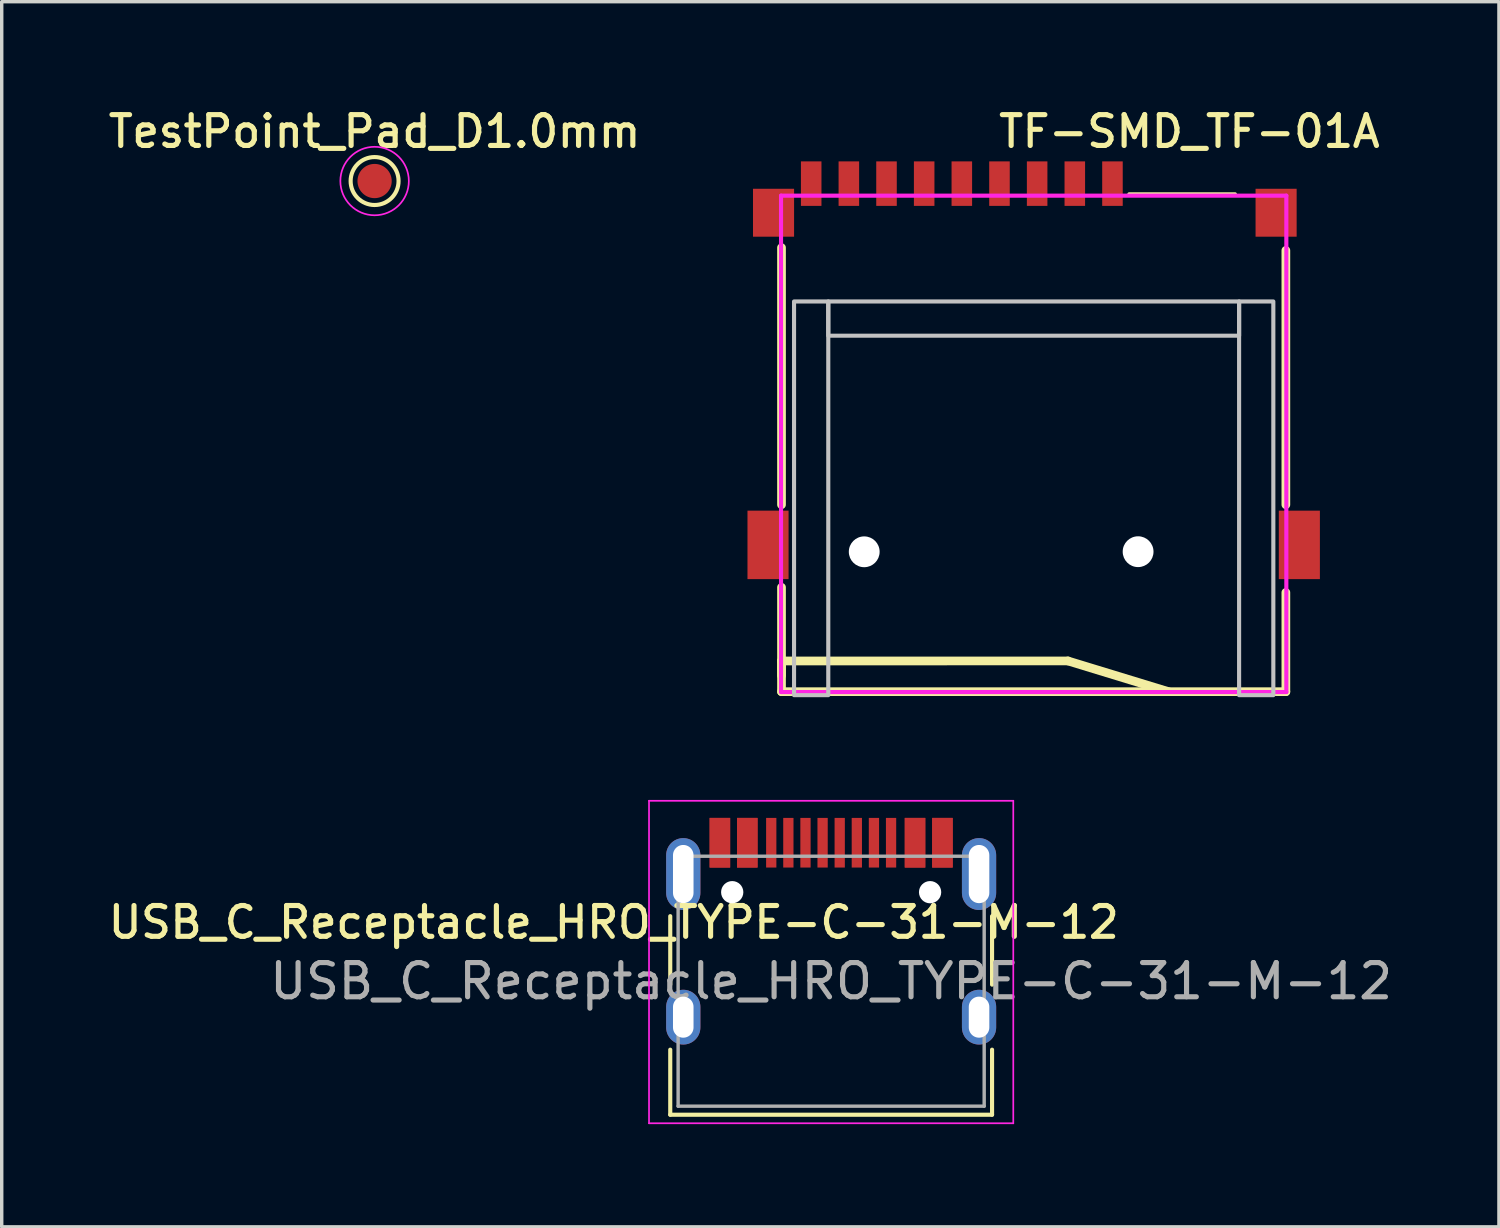
<source format=kicad_pcb>
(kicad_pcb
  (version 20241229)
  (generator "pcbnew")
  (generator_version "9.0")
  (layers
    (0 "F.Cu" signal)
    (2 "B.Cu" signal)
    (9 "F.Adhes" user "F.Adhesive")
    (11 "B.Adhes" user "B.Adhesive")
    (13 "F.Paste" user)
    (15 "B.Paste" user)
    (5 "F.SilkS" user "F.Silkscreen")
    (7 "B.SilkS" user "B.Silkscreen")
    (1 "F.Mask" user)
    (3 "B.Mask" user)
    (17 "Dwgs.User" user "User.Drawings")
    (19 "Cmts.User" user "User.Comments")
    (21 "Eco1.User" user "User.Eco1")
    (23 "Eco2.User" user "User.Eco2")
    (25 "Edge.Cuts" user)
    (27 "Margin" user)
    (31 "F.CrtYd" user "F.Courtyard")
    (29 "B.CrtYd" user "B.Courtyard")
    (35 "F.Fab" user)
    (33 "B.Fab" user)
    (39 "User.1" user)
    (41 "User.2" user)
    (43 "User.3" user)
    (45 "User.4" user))
  (footprint "USB_C_Receptacle_HRO_TYPE-C-31-M-12"
    (layer "F.Cu")
    (at 21.228 25.611)
    (property "Reference" "USB_C_Receptacle_HRO_TYPE-C-31-M-12" (at -6.35 -1.72 180) (layer "F.SilkS") (effects (font (size 0.9 0.9) (thickness 0.15))))
    (attr smd)
    (fp_line (start -4.7 -1.9) (end -4.7 0.1) (stroke (width 0.12) (type solid)) (layer "F.SilkS"))
    (fp_line (start -4.7 2) (end -4.7 3.9) (stroke (width 0.12) (type solid)) (layer "F.SilkS"))
    (fp_line (start -4.7 3.9) (end 4.7 3.9) (stroke (width 0.12) (type solid)) (layer "F.SilkS"))
    (fp_line (start 4.7 -1.9) (end 4.7 0.1) (stroke (width 0.12) (type solid)) (layer "F.SilkS"))
    (fp_line (start 4.7 2) (end 4.7 3.9) (stroke (width 0.12) (type solid)) (layer "F.SilkS"))
    (fp_line (start -5.32 -5.27) (end -5.32 4.15) (stroke (width 0.05) (type solid)) (layer "F.CrtYd"))
    (fp_line (start -5.32 -5.27) (end 5.32 -5.27) (stroke (width 0.05) (type solid)) (layer "F.CrtYd"))
    (fp_line (start -5.32 4.15) (end 5.32 4.15) (stroke (width 0.05) (type solid)) (layer "F.CrtYd"))
    (fp_line (start 5.32 -5.27) (end 5.32 4.15) (stroke (width 0.05) (type solid)) (layer "F.CrtYd"))
    (fp_line (start -4.47 -3.65) (end -4.47 3.65) (stroke (width 0.1) (type solid)) (layer "F.Fab"))
    (fp_line (start -4.47 -3.65) (end 4.47 -3.65) (stroke (width 0.1) (type solid)) (layer "F.Fab"))
    (fp_line (start -4.47 3.65) (end 4.47 3.65) (stroke (width 0.1) (type solid)) (layer "F.Fab"))
    (fp_line (start 4.47 -3.65) (end 4.47 3.65) (stroke (width 0.1) (type solid)) (layer "F.Fab"))
    (fp_text user "${REFERENCE}" (at 0 0 180) (layer "F.Fab") (effects (font (size 1 1) (thickness 0.15))))
    (pad "" np_thru_hole circle (at -2.89 -2.6) (size 0.65 0.65) (drill 0.65) (layers "*.Cu" "*.Mask"))
    (pad "" np_thru_hole circle (at 2.89 -2.6) (size 0.65 0.65) (drill 0.65) (layers "*.Cu" "*.Mask"))
    (pad "A1" smd rect (at -3.25 -4.045) (size 0.6 1.45) (layers "F.Cu" "F.Mask" "F.Paste"))
    (pad "A4" smd rect (at -2.45 -4.045) (size 0.6 1.45) (layers "F.Cu" "F.Mask" "F.Paste"))
    (pad "A5" smd rect (at -1.25 -4.045) (size 0.3 1.45) (layers "F.Cu" "F.Mask" "F.Paste"))
    (pad "A6" smd rect (at -0.25 -4.045) (size 0.3 1.45) (layers "F.Cu" "F.Mask" "F.Paste"))
    (pad "A7" smd rect (at 0.25 -4.045) (size 0.3 1.45) (layers "F.Cu" "F.Mask" "F.Paste"))
    (pad "A8" smd rect (at 1.25 -4.045) (size 0.3 1.45) (layers "F.Cu" "F.Mask" "F.Paste"))
    (pad "A9" smd rect (at 2.45 -4.045) (size 0.6 1.45) (layers "F.Cu" "F.Mask" "F.Paste"))
    (pad "A12" smd rect (at 3.25 -4.045) (size 0.6 1.45) (layers "F.Cu" "F.Mask" "F.Paste"))
    (pad "B1" smd rect (at 3.25 -4.045) (size 0.6 1.45) (layers "F.Cu" "F.Mask" "F.Paste"))
    (pad "B4" smd rect (at 2.45 -4.045) (size 0.6 1.45) (layers "F.Cu" "F.Mask" "F.Paste"))
    (pad "B5" smd rect (at 1.75 -4.045) (size 0.3 1.45) (layers "F.Cu" "F.Mask" "F.Paste"))
    (pad "B6" smd rect (at 0.75 -4.045) (size 0.3 1.45) (layers "F.Cu" "F.Mask" "F.Paste"))
    (pad "B7" smd rect (at -0.75 -4.045) (size 0.3 1.45) (layers "F.Cu" "F.Mask" "F.Paste"))
    (pad "B8" smd rect (at -1.75 -4.045) (size 0.3 1.45) (layers "F.Cu" "F.Mask" "F.Paste"))
    (pad "B9" smd rect (at -2.45 -4.045) (size 0.6 1.45) (layers "F.Cu" "F.Mask" "F.Paste"))
    (pad "B12" smd rect (at -3.25 -4.045) (size 0.6 1.45) (layers "F.Cu" "F.Mask" "F.Paste"))
    (pad "S1" thru_hole oval (at -4.32 -3.13) (size 1 2.1) (drill oval 0.6 1.7) (layers "*.Cu" "*.Mask"))
    (pad "S1" thru_hole oval (at -4.32 1.05) (size 1 1.6) (drill oval 0.6 1.2) (layers "*.Cu" "*.Mask"))
    (pad "S1" thru_hole oval (at 4.32 -3.13) (size 1 2.1) (drill oval 0.6 1.7) (layers "*.Cu" "*.Mask"))
    (pad "S1" thru_hole oval (at 4.32 1.05) (size 1 1.6) (drill oval 0.6 1.2) (layers "*.Cu" "*.Mask")))
  (footprint "TestPoint_Pad_D1.0mm"
    (layer "F.Cu")
    (at 7.892 2.238)
    (property "Reference" "TestPoint_Pad_D1.0mm" (at 0 -1.448 0) (layer "F.SilkS") (effects (font (size 0.9 0.9) (thickness 0.15))))
    (attr exclude_from_pos_files)
    (fp_circle (center 0 0) (end 0 0.7) (stroke (width 0.12) (type solid)) (fill no) (layer "F.SilkS"))
    (fp_circle (center 0 0) (end 1 0) (stroke (width 0.05) (type solid)) (fill no) (layer "F.CrtYd"))
    (pad "1" smd circle (at 0 0) (size 1 1) (layers "F.Cu" "F.Mask")))
  (footprint "TF-SMD_TF-01A"
    (layer "F.Cu")
    (at 27.144 7.59)
    (property "Reference" "TF-SMD_TF-01A" (at -1.1 -6.8 0) (layer "F.SilkS") (effects (font (size 0.9 0.9) (thickness 0.15)) (justify left)))
    (attr through_hole)
    (fp_line (start -7.366 -3.406) (end -7.366 4.103) (stroke (width 0.254) (type solid)) (layer "F.SilkS"))
    (fp_line (start -7.366 6.516) (end -7.366 9.564) (stroke (width 0.254) (type solid)) (layer "F.SilkS"))
    (fp_line (start -7.366 8.667) (end 1 8.666) (stroke (width 0.254) (type solid)) (layer "F.SilkS"))
    (fp_line (start -7.366 9.091) (end -7.366 8.667) (stroke (width 0.254) (type solid)) (layer "F.SilkS"))
    (fp_line (start -7.366 9.564) (end 7.366 9.564) (stroke (width 0.254) (type solid)) (layer "F.SilkS"))
    (fp_line (start 1 8.666) (end 3.937 9.563) (stroke (width 0.254) (type solid)) (layer "F.SilkS"))
    (fp_line (start 2.786 -4.972) (end 5.885 -4.973) (stroke (width 0.102) (type solid)) (layer "F.SilkS"))
    (fp_line (start 7.366 4.103) (end 7.366 -3.326) (stroke (width 0.254) (type solid)) (layer "F.SilkS"))
    (fp_line (start 7.366 9.564) (end 7.366 6.666) (stroke (width 0.254) (type solid)) (layer "F.SilkS"))
    (fp_circle (center -4.95 5.478) (end -4.75 5.478) (stroke (width 0.4) (type solid)) (fill no) (layer "Dwgs.User"))
    (fp_circle (center 3.05 5.475) (end 3.25 5.475) (stroke (width 0.4) (type solid)) (fill no) (layer "Dwgs.User"))
    (fp_poly (pts (xy -6 -1.834) (xy 6 -1.834) (xy 6 -0.834) (xy -6 -0.834)) (stroke (width 0.12) (type solid)) (fill no) (layer "Dwgs.User"))
    (fp_poly (pts (xy 7 9.666) (xy 7 -1.834) (xy 6 -1.834) (xy 6 9.666)) (stroke (width 0.12) (type solid)) (fill no) (layer "Dwgs.User"))
    (fp_poly (pts (xy -7 9.666) (xy -7 -1.834) (xy -6 -1.834) (xy -6 9.666) (xy -7 9.666)) (stroke (width 0.12) (type solid)) (fill no) (layer "Dwgs.User"))
    (fp_line (start -3.386 -4.984) (end -3.016 -4.984) (stroke (width 0.12) (type solid)) (layer "Eco2.User"))
    (fp_line (start -3.386 -4.914) (end -3.386 -4.984) (stroke (width 0.12) (type solid)) (layer "Eco2.User"))
    (fp_line (start -3.016 -4.984) (end -3.016 -4.914) (stroke (width 0.12) (type solid)) (layer "Eco2.User"))
    (fp_line (start -3.016 -4.914) (end -3.386 -4.914) (stroke (width 0.12) (type solid)) (layer "Eco2.User"))
    (fp_line (start -2.288 -4.984) (end -1.918 -4.984) (stroke (width 0.12) (type solid)) (layer "Eco2.User"))
    (fp_line (start -2.288 -4.914) (end -2.288 -4.984) (stroke (width 0.12) (type solid)) (layer "Eco2.User"))
    (fp_line (start -1.918 -4.984) (end -1.918 -4.914) (stroke (width 0.12) (type solid)) (layer "Eco2.User"))
    (fp_line (start -1.918 -4.914) (end -2.288 -4.914) (stroke (width 0.12) (type solid)) (layer "Eco2.User"))
    (fp_circle (center 8.05 -5.474) (end 8.08 -5.474) (stroke (width 0.06) (type solid)) (fill no) (layer "Eco2.User"))
    (fp_poly (pts (xy -8.05 4.476) (xy -7.35 4.476) (xy -7.35 6.076) (xy -8.05 6.076)) (stroke (width 0.12) (type solid)) (fill no) (layer "Eco2.User"))
    (fp_poly (pts (xy -7.95 -3.926) (xy -7.95 -4.926) (xy -7.25 -4.926) (xy -7.25 -3.926)) (stroke (width 0.12) (type solid)) (fill no) (layer "Eco2.User"))
    (fp_poly (pts (xy -6.684 -4.924) (xy -6.684 -5.474) (xy -6.314 -5.474) (xy -6.314 -4.924)) (stroke (width 0.12) (type solid)) (fill no) (layer "Eco2.User"))
    (fp_poly (pts (xy -5.58 -4.924) (xy -5.58 -5.474) (xy -5.21 -5.474) (xy -5.21 -4.924)) (stroke (width 0.12) (type solid)) (fill no) (layer "Eco2.User"))
    (fp_poly (pts (xy -4.482 -4.924) (xy -4.482 -5.474) (xy -4.112 -5.474) (xy -4.112 -4.924)) (stroke (width 0.12) (type solid)) (fill no) (layer "Eco2.User"))
    (fp_poly (pts (xy -3.386 -4.924) (xy -3.386 -5.474) (xy -3.016 -5.474) (xy -3.016 -4.924)) (stroke (width 0.12) (type solid)) (fill no) (layer "Eco2.User"))
    (fp_poly (pts (xy -2.288 -4.924) (xy -2.288 -5.474) (xy -1.918 -5.474) (xy -1.918 -4.924)) (stroke (width 0.12) (type solid)) (fill no) (layer "Eco2.User"))
    (fp_poly (pts (xy -1.189 -4.924) (xy -1.189 -5.474) (xy -0.819 -5.474) (xy -0.819 -4.924)) (stroke (width 0.12) (type solid)) (fill no) (layer "Eco2.User"))
    (fp_poly (pts (xy -0.089 -4.924) (xy -0.089 -5.474) (xy 0.28 -5.474) (xy 0.28 -4.924)) (stroke (width 0.12) (type solid)) (fill no) (layer "Eco2.User"))
    (fp_poly (pts (xy 1.007 -4.924) (xy 1.007 -5.474) (xy 1.377 -5.474) (xy 1.377 -4.924)) (stroke (width 0.12) (type solid)) (fill no) (layer "Eco2.User"))
    (fp_poly (pts (xy 2.107 -4.924) (xy 2.107 -5.474) (xy 2.477 -5.474) (xy 2.477 -4.924)) (stroke (width 0.12) (type solid)) (fill no) (layer "Eco2.User"))
    (fp_poly (pts (xy 6.66 -4.926) (xy 7.31 -4.926) (xy 7.31 -3.926) (xy 6.66 -3.926)) (stroke (width 0.12) (type solid)) (fill no) (layer "Eco2.User"))
    (fp_poly (pts (xy 7.35 6.076) (xy 7.35 4.476) (xy 8.05 4.476) (xy 8.05 6.076)) (stroke (width 0.12) (type solid)) (fill no) (layer "Eco2.User"))
    (fp_line (start -7.38 -4.925) (end 7.38 -4.925) (stroke (width 0.12) (type solid)) (layer "F.CrtYd"))
    (fp_line (start -7.38 9.575) (end -7.38 -4.925) (stroke (width 0.12) (type solid)) (layer "F.CrtYd"))
    (fp_line (start 7.38 -4.925) (end 7.38 9.575) (stroke (width 0.12) (type solid)) (layer "F.CrtYd"))
    (fp_line (start 7.38 9.575) (end -7.38 9.575) (stroke (width 0.12) (type solid)) (layer "F.CrtYd"))
    (pad "" np_thru_hole circle (at -4.95 5.478) (size 0.9 0.9) (drill 0.9) (layers "*.Cu" "*.Mask"))
    (pad "" np_thru_hole circle (at 3.05 5.475) (size 0.9 0.9) (drill 0.9) (layers "*.Cu" "*.Mask"))
    (pad "1" smd rect (at 2.301 -5.276) (size 0.6 1.3) (layers "F.Cu" "F.Mask" "F.Paste"))
    (pad "2" smd rect (at 1.201 -5.276) (size 0.6 1.3) (layers "F.Cu" "F.Mask" "F.Paste"))
    (pad "3" smd rect (at 0.101 -5.276) (size 0.6 1.3) (layers "F.Cu" "F.Mask" "F.Paste"))
    (pad "4" smd rect (at -0.999 -5.276) (size 0.6 1.3) (layers "F.Cu" "F.Mask" "F.Paste"))
    (pad "5" smd rect (at -2.099 -5.276) (size 0.6 1.3) (layers "F.Cu" "F.Mask" "F.Paste"))
    (pad "6" smd rect (at -3.199 -5.276) (size 0.6 1.3) (layers "F.Cu" "F.Mask" "F.Paste"))
    (pad "7" smd rect (at -4.299 -5.276) (size 0.6 1.3) (layers "F.Cu" "F.Mask" "F.Paste"))
    (pad "8" smd rect (at -5.399 -5.276) (size 0.6 1.3) (layers "F.Cu" "F.Mask" "F.Paste"))
    (pad "9" smd rect (at -6.499 -5.276) (size 0.6 1.3) (layers "F.Cu" "F.Mask" "F.Paste"))
    (pad "10" smd rect (at -7.599 -4.426) (size 1.2 1.4) (layers "F.Cu" "F.Mask" "F.Paste"))
    (pad "11" smd rect (at -7.76 5.276) (size 1.2 2) (layers "F.Cu" "F.Mask" "F.Paste"))
    (pad "12" smd rect (at 7.76 5.276) (size 1.2 2) (layers "F.Cu" "F.Mask" "F.Paste"))
    (pad "13" smd rect (at 7.081 -4.426) (size 1.2 1.4) (layers "F.Cu" "F.Mask" "F.Paste")))
  (gr_rect
    (start -3 -3)
    (end 40.734 32.786)
    (stroke (width 0.1) (type default))
    (fill no)
    (layer "Edge.Cuts")))
</source>
